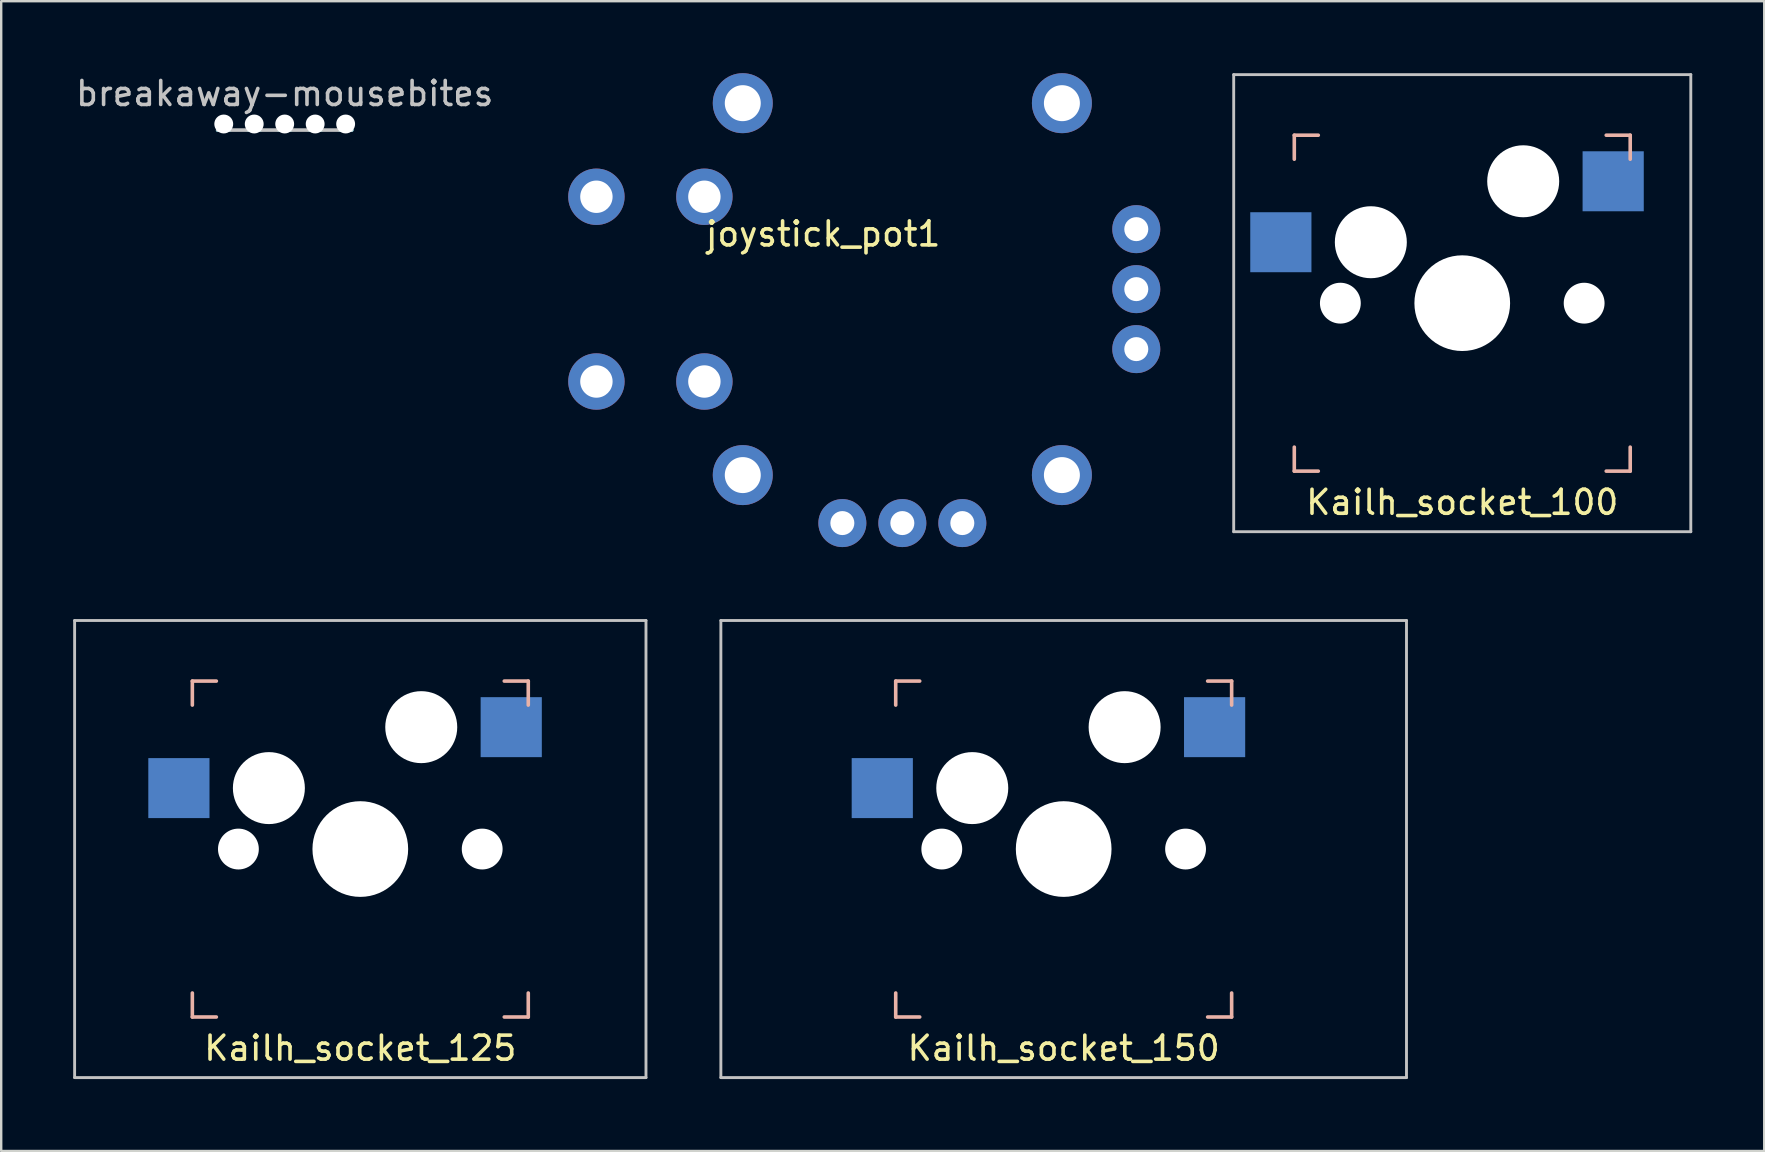
<source format=kicad_pcb>
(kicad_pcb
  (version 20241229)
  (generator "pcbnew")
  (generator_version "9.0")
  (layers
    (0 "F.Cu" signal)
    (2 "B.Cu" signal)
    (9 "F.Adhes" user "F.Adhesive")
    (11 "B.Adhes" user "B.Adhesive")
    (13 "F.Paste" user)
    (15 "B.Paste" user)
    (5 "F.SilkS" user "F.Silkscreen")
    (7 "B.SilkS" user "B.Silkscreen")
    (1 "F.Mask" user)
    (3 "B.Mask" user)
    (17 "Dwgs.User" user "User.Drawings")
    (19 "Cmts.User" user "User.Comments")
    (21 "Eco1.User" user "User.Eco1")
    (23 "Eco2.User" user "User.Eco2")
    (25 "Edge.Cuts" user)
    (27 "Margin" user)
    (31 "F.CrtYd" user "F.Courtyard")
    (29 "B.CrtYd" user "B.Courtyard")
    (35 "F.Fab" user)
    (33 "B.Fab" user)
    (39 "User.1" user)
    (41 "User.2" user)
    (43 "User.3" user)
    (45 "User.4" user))
  (footprint "Kailh_socket_150"
    (layer "F.Cu")
    (at 41.28 32.335)
    (property "Reference" "Kailh_socket_150" (at 0 8.3 0) (layer "F.SilkS") (effects (font (size 1 1) (thickness 0.15))))
    (attr through_hole)
    (fp_line (start -7 -7) (end -6 -7) (stroke (width 0.15) (type solid)) (layer "B.SilkS"))
    (fp_line (start -7 -6) (end -7 -7) (stroke (width 0.15) (type solid)) (layer "B.SilkS"))
    (fp_line (start -7 7) (end -7 6) (stroke (width 0.15) (type solid)) (layer "B.SilkS"))
    (fp_line (start -6 7) (end -7 7) (stroke (width 0.15) (type solid)) (layer "B.SilkS"))
    (fp_line (start 6 -7) (end 7 -7) (stroke (width 0.15) (type solid)) (layer "B.SilkS"))
    (fp_line (start 7 -7) (end 7 -6) (stroke (width 0.15) (type solid)) (layer "B.SilkS"))
    (fp_line (start 7 6) (end 7 7) (stroke (width 0.15) (type solid)) (layer "B.SilkS"))
    (fp_line (start 7 7) (end 6 7) (stroke (width 0.15) (type solid)) (layer "B.SilkS"))
    (fp_line (start -14.287 -9.525) (end -14.287 9.525) (stroke (width 0.12) (type solid)) (layer "Dwgs.User"))
    (fp_line (start -14.287 -9.525) (end 14.287 -9.525) (stroke (width 0.12) (type solid)) (layer "Dwgs.User"))
    (fp_line (start 14.287 -9.525) (end 14.287 9.525) (stroke (width 0.12) (type solid)) (layer "Dwgs.User"))
    (fp_line (start 14.287 9.525) (end -14.287 9.525) (stroke (width 0.12) (type solid)) (layer "Dwgs.User"))
    (fp_line (start -7.5 -7.5) (end 7.5 -7.5) (stroke (width 0.15) (type solid)) (layer "Eco2.User"))
    (fp_line (start -7.5 7.5) (end -7.5 -7.5) (stroke (width 0.15) (type solid)) (layer "Eco2.User"))
    (fp_line (start -6.9 6.9) (end -6.9 -6.9) (stroke (width 0.15) (type solid)) (layer "Eco2.User"))
    (fp_line (start -6.9 6.9) (end 6.9 6.9) (stroke (width 0.15) (type solid)) (layer "Eco2.User"))
    (fp_line (start 6.9 -6.9) (end -6.9 -6.9) (stroke (width 0.15) (type solid)) (layer "Eco2.User"))
    (fp_line (start 6.9 -6.9) (end 6.9 6.9) (stroke (width 0.15) (type solid)) (layer "Eco2.User"))
    (fp_line (start 7.5 -7.5) (end 7.5 7.5) (stroke (width 0.15) (type solid)) (layer "Eco2.User"))
    (fp_line (start 7.5 7.5) (end -7.5 7.5) (stroke (width 0.15) (type solid)) (layer "Eco2.User"))
    (pad "" np_thru_hole circle (at -5.08 0) (size 1.702 1.702) (drill 1.702) (layers "*.Cu" "*.Mask"))
    (pad "" np_thru_hole circle (at -3.81 -2.54) (size 3 3) (drill 3) (layers "*.Cu" "*.Mask"))
    (pad "" np_thru_hole circle (at 0 0) (size 3.988 3.988) (drill 3.988) (layers "*.Cu" "*.Mask"))
    (pad "" np_thru_hole circle (at 2.54 -5.08) (size 3 3) (drill 3) (layers "*.Cu" "*.Mask"))
    (pad "" np_thru_hole circle (at 5.08 0) (size 1.702 1.702) (drill 1.702) (layers "*.Cu" "*.Mask"))
    (pad "1" smd rect (at 6.29 -5.08) (size 2.55 2.5) (layers "B.Cu" "B.Mask" "B.Paste"))
    (pad "2" smd rect (at -7.56 -2.54) (size 2.55 2.5) (layers "B.Cu" "B.Mask" "B.Paste")))
  (footprint "joystick_pot1"
    (layer "F.Cu")
    (at 34.556 9)
    (property "Reference" "joystick_pot1" (at -3.3 -2.3 0) (layer "F.SilkS") (effects (font (size 1 1) (thickness 0.15))))
    (attr through_hole)
    (pad "" thru_hole circle (at -6.65 -7.75) (size 2.5 2.5) (drill 1.5) (layers "*.Cu" "*.Mask"))
    (pad "" thru_hole circle (at -6.65 7.75) (size 2.5 2.5) (drill 1.5) (layers "*.Cu" "*.Mask"))
    (pad "" thru_hole circle (at 6.65 -7.75) (size 2.5 2.5) (drill 1.5) (layers "*.Cu" "*.Mask"))
    (pad "" thru_hole circle (at 6.65 7.75) (size 2.5 2.5) (drill 1.5) (layers "*.Cu" "*.Mask"))
    (pad "SW1" thru_hole circle (at -8.25 -3.85) (size 2.35 2.35) (drill 1.35) (layers "*.Cu" "*.Mask"))
    (pad "SW1" thru_hole circle (at -8.25 3.85) (size 2.35 2.35) (drill 1.35) (layers "*.Cu" "*.Mask"))
    (pad "SW2" thru_hole circle (at -12.75 -3.85) (size 2.35 2.35) (drill 1.35) (layers "*.Cu" "*.Mask"))
    (pad "SW2" thru_hole circle (at -12.75 3.85) (size 2.35 2.35) (drill 1.35) (layers "*.Cu" "*.Mask"))
    (pad "X1" thru_hole circle (at -2.5 9.75) (size 2 2) (drill 1) (layers "*.Cu" "*.Mask"))
    (pad "X2" thru_hole circle (at 0 9.75) (size 2 2) (drill 1) (layers "*.Cu" "*.Mask"))
    (pad "X3" thru_hole circle (at 2.5 9.75) (size 2 2) (drill 1) (layers "*.Cu" "*.Mask"))
    (pad "Y1" thru_hole circle (at 9.75 -2.5) (size 2 2) (drill 1) (layers "*.Cu" "*.Mask"))
    (pad "Y2" thru_hole circle (at 9.75 0) (size 2 2) (drill 1) (layers "*.Cu" "*.Mask"))
    (pad "Y3" thru_hole circle (at 9.75 2.5) (size 2 2) (drill 1) (layers "*.Cu" "*.Mask")))
  (footprint "Kailh_socket_125"
    (layer "F.Cu")
    (at 11.966 32.335)
    (property "Reference" "Kailh_socket_125" (at 0 8.3 0) (layer "F.SilkS") (effects (font (size 1 1) (thickness 0.15))))
    (attr through_hole)
    (fp_line (start -7 -7) (end -6 -7) (stroke (width 0.15) (type solid)) (layer "B.SilkS"))
    (fp_line (start -7 -6) (end -7 -7) (stroke (width 0.15) (type solid)) (layer "B.SilkS"))
    (fp_line (start -7 7) (end -7 6) (stroke (width 0.15) (type solid)) (layer "B.SilkS"))
    (fp_line (start -6 7) (end -7 7) (stroke (width 0.15) (type solid)) (layer "B.SilkS"))
    (fp_line (start 6 -7) (end 7 -7) (stroke (width 0.15) (type solid)) (layer "B.SilkS"))
    (fp_line (start 7 -7) (end 7 -6) (stroke (width 0.15) (type solid)) (layer "B.SilkS"))
    (fp_line (start 7 6) (end 7 7) (stroke (width 0.15) (type solid)) (layer "B.SilkS"))
    (fp_line (start 7 7) (end 6 7) (stroke (width 0.15) (type solid)) (layer "B.SilkS"))
    (fp_line (start -11.906 -9.525) (end -11.906 9.525) (stroke (width 0.12) (type solid)) (layer "Dwgs.User"))
    (fp_line (start -11.906 -9.525) (end 11.906 -9.525) (stroke (width 0.12) (type solid)) (layer "Dwgs.User"))
    (fp_line (start 11.906 -9.525) (end 11.906 9.525) (stroke (width 0.12) (type solid)) (layer "Dwgs.User"))
    (fp_line (start 11.906 9.525) (end -11.906 9.525) (stroke (width 0.12) (type solid)) (layer "Dwgs.User"))
    (fp_line (start -7.5 -7.5) (end 7.5 -7.5) (stroke (width 0.15) (type solid)) (layer "Eco2.User"))
    (fp_line (start -7.5 7.5) (end -7.5 -7.5) (stroke (width 0.15) (type solid)) (layer "Eco2.User"))
    (fp_line (start -6.9 6.9) (end -6.9 -6.9) (stroke (width 0.15) (type solid)) (layer "Eco2.User"))
    (fp_line (start -6.9 6.9) (end 6.9 6.9) (stroke (width 0.15) (type solid)) (layer "Eco2.User"))
    (fp_line (start 6.9 -6.9) (end -6.9 -6.9) (stroke (width 0.15) (type solid)) (layer "Eco2.User"))
    (fp_line (start 6.9 -6.9) (end 6.9 6.9) (stroke (width 0.15) (type solid)) (layer "Eco2.User"))
    (fp_line (start 7.5 -7.5) (end 7.5 7.5) (stroke (width 0.15) (type solid)) (layer "Eco2.User"))
    (fp_line (start 7.5 7.5) (end -7.5 7.5) (stroke (width 0.15) (type solid)) (layer "Eco2.User"))
    (pad "" np_thru_hole circle (at -5.08 0) (size 1.702 1.702) (drill 1.702) (layers "*.Cu" "*.Mask"))
    (pad "" np_thru_hole circle (at -3.81 -2.54) (size 3 3) (drill 3) (layers "*.Cu" "*.Mask"))
    (pad "" np_thru_hole circle (at 0 0) (size 3.988 3.988) (drill 3.988) (layers "*.Cu" "*.Mask"))
    (pad "" np_thru_hole circle (at 2.54 -5.08) (size 3 3) (drill 3) (layers "*.Cu" "*.Mask"))
    (pad "" np_thru_hole circle (at 5.08 0) (size 1.702 1.702) (drill 1.702) (layers "*.Cu" "*.Mask"))
    (pad "1" smd rect (at 6.29 -5.08) (size 2.55 2.5) (layers "B.Cu" "B.Mask" "B.Paste"))
    (pad "2" smd rect (at -7.56 -2.54) (size 2.55 2.5) (layers "B.Cu" "B.Mask" "B.Paste")))
  (footprint "Kailh_socket_100"
    (layer "F.Cu")
    (at 57.891 9.585)
    (property "Reference" "Kailh_socket_100" (at 0 8.3 0) (layer "F.SilkS") (effects (font (size 1 1) (thickness 0.15))))
    (attr through_hole)
    (fp_line (start -7 -7) (end -6 -7) (stroke (width 0.15) (type solid)) (layer "B.SilkS"))
    (fp_line (start -7 -6) (end -7 -7) (stroke (width 0.15) (type solid)) (layer "B.SilkS"))
    (fp_line (start -7 7) (end -7 6) (stroke (width 0.15) (type solid)) (layer "B.SilkS"))
    (fp_line (start -6 7) (end -7 7) (stroke (width 0.15) (type solid)) (layer "B.SilkS"))
    (fp_line (start 6 -7) (end 7 -7) (stroke (width 0.15) (type solid)) (layer "B.SilkS"))
    (fp_line (start 7 -7) (end 7 -6) (stroke (width 0.15) (type solid)) (layer "B.SilkS"))
    (fp_line (start 7 6) (end 7 7) (stroke (width 0.15) (type solid)) (layer "B.SilkS"))
    (fp_line (start 7 7) (end 6 7) (stroke (width 0.15) (type solid)) (layer "B.SilkS"))
    (fp_line (start -9.525 -9.525) (end -9.525 9.525) (stroke (width 0.12) (type solid)) (layer "Dwgs.User"))
    (fp_line (start -9.525 -9.525) (end 9.525 -9.525) (stroke (width 0.12) (type solid)) (layer "Dwgs.User"))
    (fp_line (start 9.525 -9.525) (end 9.525 9.525) (stroke (width 0.12) (type solid)) (layer "Dwgs.User"))
    (fp_line (start 9.525 9.525) (end -9.525 9.525) (stroke (width 0.12) (type solid)) (layer "Dwgs.User"))
    (fp_line (start -7.5 -7.5) (end 7.5 -7.5) (stroke (width 0.15) (type solid)) (layer "Eco2.User"))
    (fp_line (start -7.5 7.5) (end -7.5 -7.5) (stroke (width 0.15) (type solid)) (layer "Eco2.User"))
    (fp_line (start -6.9 6.9) (end -6.9 -6.9) (stroke (width 0.15) (type solid)) (layer "Eco2.User"))
    (fp_line (start -6.9 6.9) (end 6.9 6.9) (stroke (width 0.15) (type solid)) (layer "Eco2.User"))
    (fp_line (start 6.9 -6.9) (end -6.9 -6.9) (stroke (width 0.15) (type solid)) (layer "Eco2.User"))
    (fp_line (start 6.9 -6.9) (end 6.9 6.9) (stroke (width 0.15) (type solid)) (layer "Eco2.User"))
    (fp_line (start 7.5 -7.5) (end 7.5 7.5) (stroke (width 0.15) (type solid)) (layer "Eco2.User"))
    (fp_line (start 7.5 7.5) (end -7.5 7.5) (stroke (width 0.15) (type solid)) (layer "Eco2.User"))
    (pad "" np_thru_hole circle (at -5.08 0) (size 1.702 1.702) (drill 1.702) (layers "*.Cu" "*.Mask"))
    (pad "" np_thru_hole circle (at -3.81 -2.54) (size 3 3) (drill 3) (layers "*.Cu" "*.Mask"))
    (pad "" np_thru_hole circle (at 0 0) (size 3.988 3.988) (drill 3.988) (layers "*.Cu" "*.Mask"))
    (pad "" np_thru_hole circle (at 2.54 -5.08) (size 3 3) (drill 3) (layers "*.Cu" "*.Mask"))
    (pad "" np_thru_hole circle (at 5.08 0) (size 1.702 1.702) (drill 1.702) (layers "*.Cu" "*.Mask"))
    (pad "1" smd rect (at 6.29 -5.08) (size 2.55 2.5) (layers "B.Cu" "B.Mask" "B.Paste"))
    (pad "2" smd rect (at -7.56 -2.54) (size 2.55 2.5) (layers "B.Cu" "B.Mask" "B.Paste")))
  (footprint "breakaway-mousebites"
    (layer "F.Cu")
    (at 8.815 2.093)
    (property "Reference" "breakaway-mousebites" (at 0 -1.245 0) (layer "Dwgs.User") (effects (font (size 1 1) (thickness 0.15))))
    (attr through_hole)
    (fp_line (start -2.794 0.279) (end 2.794 0.279) (stroke (width 0.15) (type solid)) (layer "Dwgs.User"))
    (fp_line (start -2.286 0.279) (end -2.794 0.279) (stroke (width 0.15) (type solid)) (layer "B.CrtYd"))
    (fp_line (start -1.016 0.279) (end -1.524 0.279) (stroke (width 0.15) (type solid)) (layer "B.CrtYd"))
    (fp_line (start 0.254 0.279) (end -0.254 0.279) (stroke (width 0.15) (type solid)) (layer "B.CrtYd"))
    (fp_line (start 1.016 0.279) (end 1.524 0.279) (stroke (width 0.15) (type solid)) (layer "B.CrtYd"))
    (fp_line (start 2.286 0.279) (end 2.794 0.279) (stroke (width 0.15) (type solid)) (layer "B.CrtYd"))
    (pad "" np_thru_hole circle (at -2.54 0.025) (size 0.787 0.787) (drill 0.787) (layers "*.Cu" "*.Mask"))
    (pad "" np_thru_hole circle (at -1.27 0.025) (size 0.787 0.787) (drill 0.787) (layers "*.Cu" "*.Mask"))
    (pad "" np_thru_hole circle (at 0 0.025) (size 0.787 0.787) (drill 0.787) (layers "*.Cu" "*.Mask"))
    (pad "" np_thru_hole circle (at 1.27 0.025) (size 0.787 0.787) (drill 0.787) (layers "*.Cu" "*.Mask"))
    (pad "" np_thru_hole circle (at 2.54 0.025) (size 0.787 0.787) (drill 0.787) (layers "*.Cu" "*.Mask")))
  (gr_rect
    (start -3 -3)
    (end 70.476 44.92)
    (stroke (width 0.1) (type default))
    (fill no)
    (layer "Edge.Cuts")))
</source>
